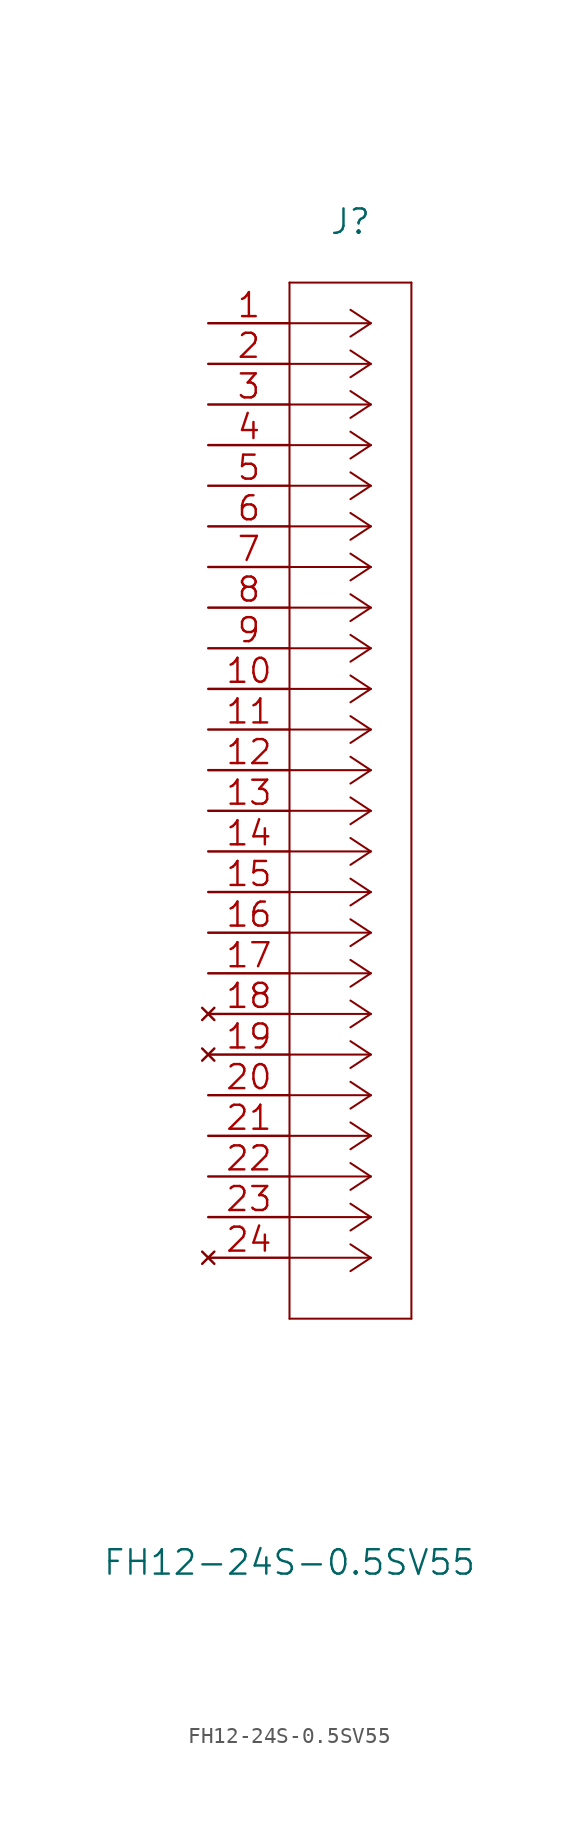
<source format=kicad_sym>
(kicad_symbol_lib
  (version 20211014)
  (generator kicad_symbol_editor)
  (symbol "FH12-24S-0.5SV55"
    (pin_names
      (offset 0.254) hide)
    (property "Reference" "J"
      (at 8.89 6.35 0)
      (effects (font (size 1.524 1.524))))
    (property "Value" "FH12-24S-0.5SV55"
      (at 5.08 -77.47 0)
      (effects (font (size 1.524 1.524))))
    (property "Datasheet" ""
      (at 0 0 0)
      (effects (font (size 1.524 1.524))))
    (symbol "FH12-24S-0.5SV55_1_1"
      (polyline (pts (xy 5.08 -62.23) (xy 12.7 -62.23)) (stroke (width 0.127) (type default) (color 0 0 0 0)) (fill (type none)))
      (polyline (pts (xy 5.08 2.54) (xy 5.08 -62.23)) (stroke (width 0.127) (type default) (color 0 0 0 0)) (fill (type none)))
      (polyline (pts (xy 10.16 -58.42) (xy 5.08 -58.42)) (stroke (width 0.127) (type default) (color 0 0 0 0)) (fill (type none)))
      (polyline (pts (xy 10.16 -58.42) (xy 8.89 -59.258)) (stroke (width 0.127) (type default) (color 0 0 0 0)) (fill (type none)))
      (polyline (pts (xy 10.16 -58.42) (xy 8.89 -57.582)) (stroke (width 0.127) (type default) (color 0 0 0 0)) (fill (type none)))
      (polyline (pts (xy 10.16 -55.88) (xy 5.08 -55.88)) (stroke (width 0.127) (type default) (color 0 0 0 0)) (fill (type none)))
      (polyline (pts (xy 10.16 -55.88) (xy 8.89 -56.718)) (stroke (width 0.127) (type default) (color 0 0 0 0)) (fill (type none)))
      (polyline (pts (xy 10.16 -55.88) (xy 8.89 -55.042)) (stroke (width 0.127) (type default) (color 0 0 0 0)) (fill (type none)))
      (polyline (pts (xy 10.16 -53.34) (xy 5.08 -53.34)) (stroke (width 0.127) (type default) (color 0 0 0 0)) (fill (type none)))
      (polyline (pts (xy 10.16 -53.34) (xy 8.89 -54.178)) (stroke (width 0.127) (type default) (color 0 0 0 0)) (fill (type none)))
      (polyline (pts (xy 10.16 -53.34) (xy 8.89 -52.502)) (stroke (width 0.127) (type default) (color 0 0 0 0)) (fill (type none)))
      (polyline (pts (xy 10.16 -50.8) (xy 5.08 -50.8)) (stroke (width 0.127) (type default) (color 0 0 0 0)) (fill (type none)))
      (polyline (pts (xy 10.16 -50.8) (xy 8.89 -51.638)) (stroke (width 0.127) (type default) (color 0 0 0 0)) (fill (type none)))
      (polyline (pts (xy 10.16 -50.8) (xy 8.89 -49.962)) (stroke (width 0.127) (type default) (color 0 0 0 0)) (fill (type none)))
      (polyline (pts (xy 10.16 -48.26) (xy 5.08 -48.26)) (stroke (width 0.127) (type default) (color 0 0 0 0)) (fill (type none)))
      (polyline (pts (xy 10.16 -48.26) (xy 8.89 -49.098)) (stroke (width 0.127) (type default) (color 0 0 0 0)) (fill (type none)))
      (polyline (pts (xy 10.16 -48.26) (xy 8.89 -47.422)) (stroke (width 0.127) (type default) (color 0 0 0 0)) (fill (type none)))
      (polyline (pts (xy 10.16 -45.72) (xy 5.08 -45.72)) (stroke (width 0.127) (type default) (color 0 0 0 0)) (fill (type none)))
      (polyline (pts (xy 10.16 -45.72) (xy 8.89 -46.558)) (stroke (width 0.127) (type default) (color 0 0 0 0)) (fill (type none)))
      (polyline (pts (xy 10.16 -45.72) (xy 8.89 -44.882)) (stroke (width 0.127) (type default) (color 0 0 0 0)) (fill (type none)))
      (polyline (pts (xy 10.16 -43.18) (xy 5.08 -43.18)) (stroke (width 0.127) (type default) (color 0 0 0 0)) (fill (type none)))
      (polyline (pts (xy 10.16 -43.18) (xy 8.89 -44.018)) (stroke (width 0.127) (type default) (color 0 0 0 0)) (fill (type none)))
      (polyline (pts (xy 10.16 -43.18) (xy 8.89 -42.342)) (stroke (width 0.127) (type default) (color 0 0 0 0)) (fill (type none)))
      (polyline (pts (xy 10.16 -40.64) (xy 5.08 -40.64)) (stroke (width 0.127) (type default) (color 0 0 0 0)) (fill (type none)))
      (polyline (pts (xy 10.16 -40.64) (xy 8.89 -41.478)) (stroke (width 0.127) (type default) (color 0 0 0 0)) (fill (type none)))
      (polyline (pts (xy 10.16 -40.64) (xy 8.89 -39.802)) (stroke (width 0.127) (type default) (color 0 0 0 0)) (fill (type none)))
      (polyline (pts (xy 10.16 -38.1) (xy 5.08 -38.1)) (stroke (width 0.127) (type default) (color 0 0 0 0)) (fill (type none)))
      (polyline (pts (xy 10.16 -38.1) (xy 8.89 -38.938)) (stroke (width 0.127) (type default) (color 0 0 0 0)) (fill (type none)))
      (polyline (pts (xy 10.16 -38.1) (xy 8.89 -37.262)) (stroke (width 0.127) (type default) (color 0 0 0 0)) (fill (type none)))
      (polyline (pts (xy 10.16 -35.56) (xy 5.08 -35.56)) (stroke (width 0.127) (type default) (color 0 0 0 0)) (fill (type none)))
      (polyline (pts (xy 10.16 -35.56) (xy 8.89 -36.398)) (stroke (width 0.127) (type default) (color 0 0 0 0)) (fill (type none)))
      (polyline (pts (xy 10.16 -35.56) (xy 8.89 -34.722)) (stroke (width 0.127) (type default) (color 0 0 0 0)) (fill (type none)))
      (polyline (pts (xy 10.16 -33.02) (xy 5.08 -33.02)) (stroke (width 0.127) (type default) (color 0 0 0 0)) (fill (type none)))
      (polyline (pts (xy 10.16 -33.02) (xy 8.89 -33.858)) (stroke (width 0.127) (type default) (color 0 0 0 0)) (fill (type none)))
      (polyline (pts (xy 10.16 -33.02) (xy 8.89 -32.182)) (stroke (width 0.127) (type default) (color 0 0 0 0)) (fill (type none)))
      (polyline (pts (xy 10.16 -30.48) (xy 5.08 -30.48)) (stroke (width 0.127) (type default) (color 0 0 0 0)) (fill (type none)))
      (polyline (pts (xy 10.16 -30.48) (xy 8.89 -31.318)) (stroke (width 0.127) (type default) (color 0 0 0 0)) (fill (type none)))
      (polyline (pts (xy 10.16 -30.48) (xy 8.89 -29.642)) (stroke (width 0.127) (type default) (color 0 0 0 0)) (fill (type none)))
      (polyline (pts (xy 10.16 -27.94) (xy 5.08 -27.94)) (stroke (width 0.127) (type default) (color 0 0 0 0)) (fill (type none)))
      (polyline (pts (xy 10.16 -27.94) (xy 8.89 -28.778)) (stroke (width 0.127) (type default) (color 0 0 0 0)) (fill (type none)))
      (polyline (pts (xy 10.16 -27.94) (xy 8.89 -27.102)) (stroke (width 0.127) (type default) (color 0 0 0 0)) (fill (type none)))
      (polyline (pts (xy 10.16 -25.4) (xy 5.08 -25.4)) (stroke (width 0.127) (type default) (color 0 0 0 0)) (fill (type none)))
      (polyline (pts (xy 10.16 -25.4) (xy 8.89 -26.238)) (stroke (width 0.127) (type default) (color 0 0 0 0)) (fill (type none)))
      (polyline (pts (xy 10.16 -25.4) (xy 8.89 -24.562)) (stroke (width 0.127) (type default) (color 0 0 0 0)) (fill (type none)))
      (polyline (pts (xy 10.16 -22.86) (xy 5.08 -22.86)) (stroke (width 0.127) (type default) (color 0 0 0 0)) (fill (type none)))
      (polyline (pts (xy 10.16 -22.86) (xy 8.89 -23.698)) (stroke (width 0.127) (type default) (color 0 0 0 0)) (fill (type none)))
      (polyline (pts (xy 10.16 -22.86) (xy 8.89 -22.022)) (stroke (width 0.127) (type default) (color 0 0 0 0)) (fill (type none)))
      (polyline (pts (xy 10.16 -20.32) (xy 5.08 -20.32)) (stroke (width 0.127) (type default) (color 0 0 0 0)) (fill (type none)))
      (polyline (pts (xy 10.16 -20.32) (xy 8.89 -21.158)) (stroke (width 0.127) (type default) (color 0 0 0 0)) (fill (type none)))
      (polyline (pts (xy 10.16 -20.32) (xy 8.89 -19.482)) (stroke (width 0.127) (type default) (color 0 0 0 0)) (fill (type none)))
      (polyline (pts (xy 10.16 -17.78) (xy 5.08 -17.78)) (stroke (width 0.127) (type default) (color 0 0 0 0)) (fill (type none)))
      (polyline (pts (xy 10.16 -17.78) (xy 8.89 -18.618)) (stroke (width 0.127) (type default) (color 0 0 0 0)) (fill (type none)))
      (polyline (pts (xy 10.16 -17.78) (xy 8.89 -16.942)) (stroke (width 0.127) (type default) (color 0 0 0 0)) (fill (type none)))
      (polyline (pts (xy 10.16 -15.24) (xy 5.08 -15.24)) (stroke (width 0.127) (type default) (color 0 0 0 0)) (fill (type none)))
      (polyline (pts (xy 10.16 -15.24) (xy 8.89 -16.078)) (stroke (width 0.127) (type default) (color 0 0 0 0)) (fill (type none)))
      (polyline (pts (xy 10.16 -15.24) (xy 8.89 -14.402)) (stroke (width 0.127) (type default) (color 0 0 0 0)) (fill (type none)))
      (polyline (pts (xy 10.16 -12.7) (xy 5.08 -12.7)) (stroke (width 0.127) (type default) (color 0 0 0 0)) (fill (type none)))
      (polyline (pts (xy 10.16 -12.7) (xy 8.89 -13.538)) (stroke (width 0.127) (type default) (color 0 0 0 0)) (fill (type none)))
      (polyline (pts (xy 10.16 -12.7) (xy 8.89 -11.862)) (stroke (width 0.127) (type default) (color 0 0 0 0)) (fill (type none)))
      (polyline (pts (xy 10.16 -10.16) (xy 5.08 -10.16)) (stroke (width 0.127) (type default) (color 0 0 0 0)) (fill (type none)))
      (polyline (pts (xy 10.16 -10.16) (xy 8.89 -10.998)) (stroke (width 0.127) (type default) (color 0 0 0 0)) (fill (type none)))
      (polyline (pts (xy 10.16 -10.16) (xy 8.89 -9.322)) (stroke (width 0.127) (type default) (color 0 0 0 0)) (fill (type none)))
      (polyline (pts (xy 10.16 -7.62) (xy 5.08 -7.62)) (stroke (width 0.127) (type default) (color 0 0 0 0)) (fill (type none)))
      (polyline (pts (xy 10.16 -7.62) (xy 8.89 -8.458)) (stroke (width 0.127) (type default) (color 0 0 0 0)) (fill (type none)))
      (polyline (pts (xy 10.16 -7.62) (xy 8.89 -6.782)) (stroke (width 0.127) (type default) (color 0 0 0 0)) (fill (type none)))
      (polyline (pts (xy 10.16 -5.08) (xy 5.08 -5.08)) (stroke (width 0.127) (type default) (color 0 0 0 0)) (fill (type none)))
      (polyline (pts (xy 10.16 -5.08) (xy 8.89 -5.918)) (stroke (width 0.127) (type default) (color 0 0 0 0)) (fill (type none)))
      (polyline (pts (xy 10.16 -5.08) (xy 8.89 -4.242)) (stroke (width 0.127) (type default) (color 0 0 0 0)) (fill (type none)))
      (polyline (pts (xy 10.16 -2.54) (xy 5.08 -2.54)) (stroke (width 0.127) (type default) (color 0 0 0 0)) (fill (type none)))
      (polyline (pts (xy 10.16 -2.54) (xy 8.89 -3.378)) (stroke (width 0.127) (type default) (color 0 0 0 0)) (fill (type none)))
      (polyline (pts (xy 10.16 -2.54) (xy 8.89 -1.702)) (stroke (width 0.127) (type default) (color 0 0 0 0)) (fill (type none)))
      (polyline (pts (xy 10.16 0) (xy 5.08 0)) (stroke (width 0.127) (type default) (color 0 0 0 0)) (fill (type none)))
      (polyline (pts (xy 10.16 0) (xy 8.89 -0.838)) (stroke (width 0.127) (type default) (color 0 0 0 0)) (fill (type none)))
      (polyline (pts (xy 10.16 0) (xy 8.89 0.838)) (stroke (width 0.127) (type default) (color 0 0 0 0)) (fill (type none)))
      (polyline (pts (xy 12.7 -62.23) (xy 12.7 2.54)) (stroke (width 0.127) (type default) (color 0 0 0 0)) (fill (type none)))
      (polyline (pts (xy 12.7 2.54) (xy 5.08 2.54)) (stroke (width 0.127) (type default) (color 0 0 0 0)) (fill (type none)))
      (pin bidirectional line (at 0 0 0) (length 5.08) (name "1" (effects (font (size 1.499 1.499)))) (number "1" (effects (font (size 1.499 1.499)))))
      (pin power_in line (at 0 -22.86 0) (length 5.08) (name "10" (effects (font (size 1.499 1.499)))) (number "10" (effects (font (size 1.499 1.499)))))
      (pin bidirectional line (at 0 -25.4 0) (length 5.08) (name "11" (effects (font (size 1.499 1.499)))) (number "11" (effects (font (size 1.499 1.499)))))
      (pin bidirectional line (at 0 -27.94 0) (length 5.08) (name "12" (effects (font (size 1.499 1.499)))) (number "12" (effects (font (size 1.499 1.499)))))
      (pin bidirectional line (at 0 -30.48 0) (length 5.08) (name "13" (effects (font (size 1.499 1.499)))) (number "13" (effects (font (size 1.499 1.499)))))
      (pin bidirectional line (at 0 -33.02 0) (length 5.08) (name "14" (effects (font (size 1.499 1.499)))) (number "14" (effects (font (size 1.499 1.499)))))
      (pin bidirectional line (at 0 -35.56 0) (length 5.08) (name "15" (effects (font (size 1.499 1.499)))) (number "15" (effects (font (size 1.499 1.499)))))
      (pin bidirectional line (at 0 -38.1 0) (length 5.08) (name "16" (effects (font (size 1.499 1.499)))) (number "16" (effects (font (size 1.499 1.499)))))
      (pin power_in line (at 0 -40.64 0) (length 5.08) (name "17" (effects (font (size 1.499 1.499)))) (number "17" (effects (font (size 1.499 1.499)))))
      (pin no_connect line (at 0 -43.18 0) (length 5.08) (name "18" (effects (font (size 1.499 1.499)))) (number "18" (effects (font (size 1.499 1.499)))))
      (pin no_connect line (at 0 -45.72 0) (length 5.08) (name "19" (effects (font (size 1.499 1.499)))) (number "19" (effects (font (size 1.499 1.499)))))
      (pin bidirectional line (at 0 -2.54 0) (length 5.08) (name "2" (effects (font (size 1.499 1.499)))) (number "2" (effects (font (size 1.499 1.499)))))
      (pin output line (at 0 -48.26 0) (length 5.08) (name "20" (effects (font (size 1.499 1.499)))) (number "20" (effects (font (size 1.499 1.499)))))
      (pin output line (at 0 -50.8 0) (length 5.08) (name "21" (effects (font (size 1.499 1.499)))) (number "21" (effects (font (size 1.499 1.499)))))
      (pin output line (at 0 -53.34 0) (length 5.08) (name "22" (effects (font (size 1.499 1.499)))) (number "22" (effects (font (size 1.499 1.499)))))
      (pin bidirectional line (at 0 -55.88 0) (length 5.08) (name "23" (effects (font (size 1.499 1.499)))) (number "23" (effects (font (size 1.499 1.499)))))
      (pin no_connect line (at 0 -58.42 0) (length 5.08) (name "24" (effects (font (size 1.499 1.499)))) (number "24" (effects (font (size 1.499 1.499)))))
      (pin bidirectional line (at 0 -5.08 0) (length 5.08) (name "3" (effects (font (size 1.499 1.499)))) (number "3" (effects (font (size 1.499 1.499)))))
      (pin bidirectional line (at 0 -7.62 0) (length 5.08) (name "4" (effects (font (size 1.499 1.499)))) (number "4" (effects (font (size 1.499 1.499)))))
      (pin bidirectional line (at 0 -10.16 0) (length 5.08) (name "5" (effects (font (size 1.499 1.499)))) (number "5" (effects (font (size 1.499 1.499)))))
      (pin bidirectional line (at 0 -12.7 0) (length 5.08) (name "6" (effects (font (size 1.499 1.499)))) (number "6" (effects (font (size 1.499 1.499)))))
      (pin bidirectional line (at 0 -15.24 0) (length 5.08) (name "7" (effects (font (size 1.499 1.499)))) (number "7" (effects (font (size 1.499 1.499)))))
      (pin bidirectional line (at 0 -17.78 0) (length 5.08) (name "8" (effects (font (size 1.499 1.499)))) (number "8" (effects (font (size 1.499 1.499)))))
      (pin power_in line (at 0 -20.32 0) (length 5.08) (name "9" (effects (font (size 1.499 1.499)))) (number "9" (effects (font (size 1.499 1.499))))))))
</source>
